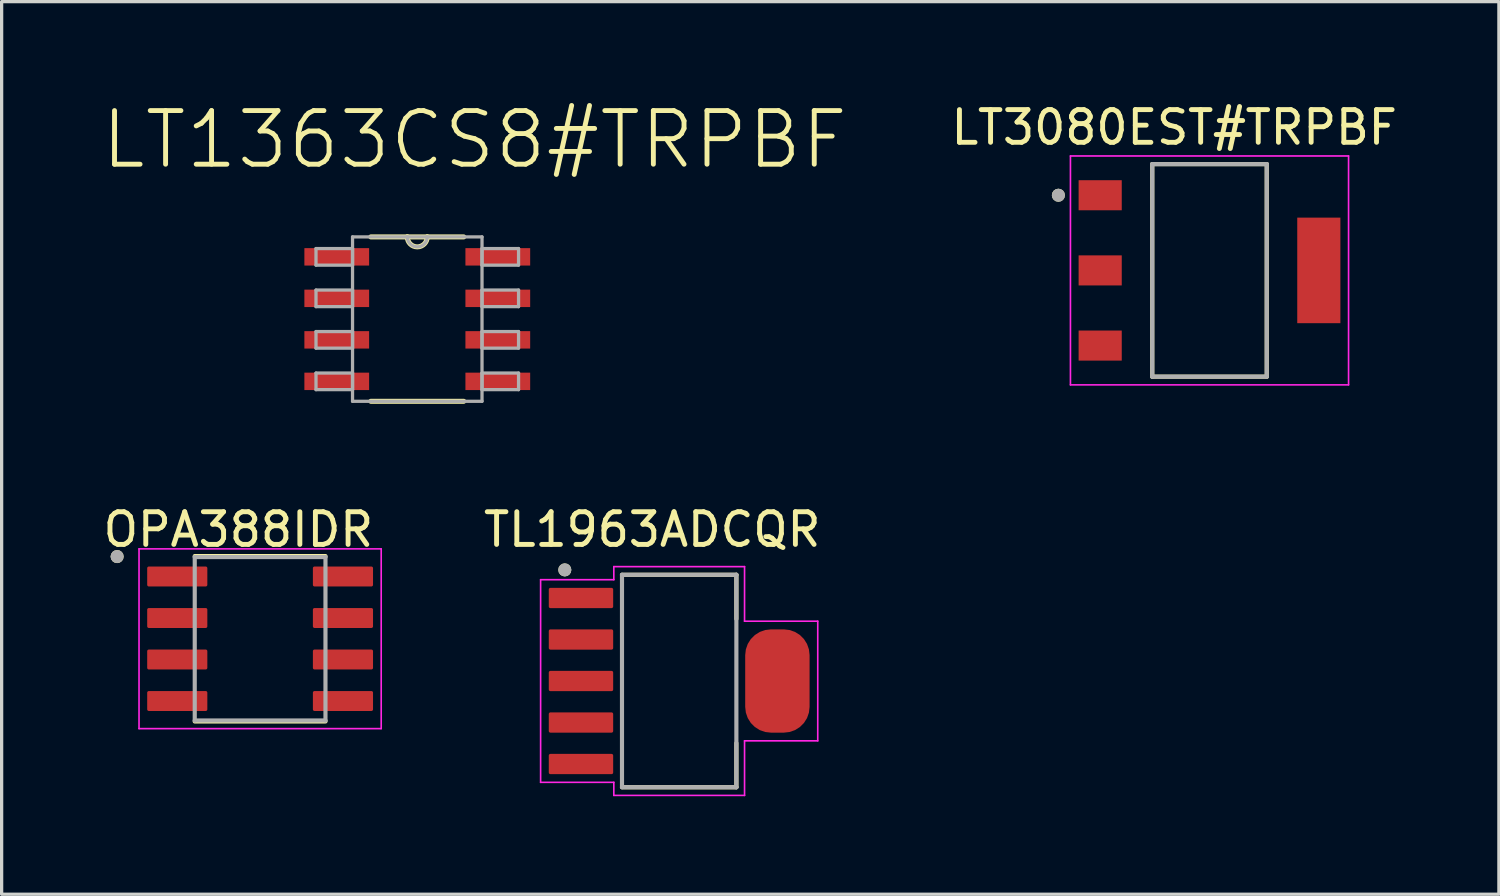
<source format=kicad_pcb>
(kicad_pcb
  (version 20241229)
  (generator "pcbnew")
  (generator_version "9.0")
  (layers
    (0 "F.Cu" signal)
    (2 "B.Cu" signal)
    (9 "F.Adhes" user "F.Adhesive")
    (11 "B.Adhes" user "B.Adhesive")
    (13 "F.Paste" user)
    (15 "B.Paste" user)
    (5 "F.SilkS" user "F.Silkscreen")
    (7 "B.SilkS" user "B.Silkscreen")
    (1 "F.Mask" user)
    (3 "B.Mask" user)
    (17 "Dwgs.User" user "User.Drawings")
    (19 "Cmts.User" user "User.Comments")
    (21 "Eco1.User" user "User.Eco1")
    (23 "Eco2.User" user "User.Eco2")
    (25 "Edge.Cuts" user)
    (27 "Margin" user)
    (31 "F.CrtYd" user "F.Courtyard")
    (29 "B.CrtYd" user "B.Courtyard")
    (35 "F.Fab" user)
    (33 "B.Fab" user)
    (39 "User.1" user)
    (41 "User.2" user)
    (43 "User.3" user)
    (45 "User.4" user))
  (footprint "OPA388IDR"
    (layer "F.Cu")
    (at 4.909 16.495)
    (property "Reference" "OPA388IDR" (at -0.665 -3.342 0) (layer "F.SilkS") (effects (font (size 1 1) (thickness 0.15))))
    (attr smd)
    (fp_line (start -2 -2.53) (end 2 -2.53) (stroke (width 0.127) (type solid)) (layer "F.SilkS"))
    (fp_line (start -2 2.53) (end 2 2.53) (stroke (width 0.127) (type solid)) (layer "F.SilkS"))
    (fp_circle (center -4.375 -2.515) (end -4.275 -2.515) (stroke (width 0.2) (type solid)) (fill no) (layer "F.SilkS"))
    (fp_line (start -3.705 -2.75) (end -3.705 2.75) (stroke (width 0.05) (type solid)) (layer "F.CrtYd"))
    (fp_line (start -3.705 -2.75) (end 3.705 -2.75) (stroke (width 0.05) (type solid)) (layer "F.CrtYd"))
    (fp_line (start -3.705 2.75) (end 3.705 2.75) (stroke (width 0.05) (type solid)) (layer "F.CrtYd"))
    (fp_line (start 3.705 -2.75) (end 3.705 2.75) (stroke (width 0.05) (type solid)) (layer "F.CrtYd"))
    (fp_line (start -2 -2.5) (end -2 2.5) (stroke (width 0.127) (type solid)) (layer "F.Fab"))
    (fp_line (start -2 -2.5) (end 2 -2.5) (stroke (width 0.127) (type solid)) (layer "F.Fab"))
    (fp_line (start -2 2.5) (end 2 2.5) (stroke (width 0.127) (type solid)) (layer "F.Fab"))
    (fp_line (start 2 -2.5) (end 2 2.5) (stroke (width 0.127) (type solid)) (layer "F.Fab"))
    (fp_circle (center -4.375 -2.515) (end -4.275 -2.515) (stroke (width 0.2) (type solid)) (fill no) (layer "F.Fab"))
    (pad "1" smd roundrect (at -2.535 -1.905) (size 1.84 0.61) (layers "F.Cu" "F.Mask" "F.Paste") (roundrect_rratio 0.08))
    (pad "2" smd roundrect (at -2.535 -0.635) (size 1.84 0.61) (layers "F.Cu" "F.Mask" "F.Paste") (roundrect_rratio 0.08))
    (pad "3" smd roundrect (at -2.535 0.635) (size 1.84 0.61) (layers "F.Cu" "F.Mask" "F.Paste") (roundrect_rratio 0.08))
    (pad "4" smd roundrect (at -2.535 1.905) (size 1.84 0.61) (layers "F.Cu" "F.Mask" "F.Paste") (roundrect_rratio 0.08))
    (pad "5" smd roundrect (at 2.535 1.905) (size 1.84 0.61) (layers "F.Cu" "F.Mask" "F.Paste") (roundrect_rratio 0.08))
    (pad "6" smd roundrect (at 2.535 0.635) (size 1.84 0.61) (layers "F.Cu" "F.Mask" "F.Paste") (roundrect_rratio 0.08))
    (pad "7" smd roundrect (at 2.535 -0.635) (size 1.84 0.61) (layers "F.Cu" "F.Mask" "F.Paste") (roundrect_rratio 0.08))
    (pad "8" smd roundrect (at 2.535 -1.905) (size 1.84 0.61) (layers "F.Cu" "F.Mask" "F.Paste") (roundrect_rratio 0.08)))
  (footprint "LT1363CS8#TRPBF"
    (layer "F.Cu")
    (at 9.718 6.714)
    (property "Reference" "LT1363CS8#TRPBF" (at 1.754 -5.491 0) (layer "F.SilkS") (effects (font (size 1.641 1.641) (thickness 0.15))))
    (attr smd)
    (fp_line (start -1.422 2.515) (end 1.422 2.515) (stroke (width 0.152) (type solid)) (layer "F.SilkS"))
    (fp_line (start -0.305 -2.515) (end -1.422 -2.515) (stroke (width 0.152) (type solid)) (layer "F.SilkS"))
    (fp_line (start 0.305 -2.515) (end -0.305 -2.515) (stroke (width 0.152) (type solid)) (layer "F.SilkS"))
    (fp_line (start 1.422 -2.515) (end 0.305 -2.515) (stroke (width 0.152) (type solid)) (layer "F.SilkS"))
    (fp_arc (start 0.3048 -2.5146) (mid 0 -2.2098) (end -0.3048 -2.5146) (stroke (width 0.1524) (type solid)) (layer "F.SilkS"))
    (fp_line (start -3.099 -2.159) (end -3.099 -1.651) (stroke (width 0.1) (type solid)) (layer "F.Fab"))
    (fp_line (start -3.099 -1.651) (end -1.981 -1.651) (stroke (width 0.1) (type solid)) (layer "F.Fab"))
    (fp_line (start -3.099 -0.889) (end -3.099 -0.381) (stroke (width 0.1) (type solid)) (layer "F.Fab"))
    (fp_line (start -3.099 -0.381) (end -1.981 -0.381) (stroke (width 0.1) (type solid)) (layer "F.Fab"))
    (fp_line (start -3.099 0.381) (end -3.099 0.889) (stroke (width 0.1) (type solid)) (layer "F.Fab"))
    (fp_line (start -3.099 0.889) (end -1.981 0.889) (stroke (width 0.1) (type solid)) (layer "F.Fab"))
    (fp_line (start -3.099 1.651) (end -3.099 2.159) (stroke (width 0.1) (type solid)) (layer "F.Fab"))
    (fp_line (start -3.099 2.159) (end -1.981 2.159) (stroke (width 0.1) (type solid)) (layer "F.Fab"))
    (fp_line (start -1.981 -2.515) (end -1.981 2.515) (stroke (width 0.1) (type solid)) (layer "F.Fab"))
    (fp_line (start -1.981 -2.159) (end -3.099 -2.159) (stroke (width 0.1) (type solid)) (layer "F.Fab"))
    (fp_line (start -1.981 -1.651) (end -1.981 -2.159) (stroke (width 0.1) (type solid)) (layer "F.Fab"))
    (fp_line (start -1.981 -0.889) (end -3.099 -0.889) (stroke (width 0.1) (type solid)) (layer "F.Fab"))
    (fp_line (start -1.981 -0.381) (end -1.981 -0.889) (stroke (width 0.1) (type solid)) (layer "F.Fab"))
    (fp_line (start -1.981 0.381) (end -3.099 0.381) (stroke (width 0.1) (type solid)) (layer "F.Fab"))
    (fp_line (start -1.981 0.889) (end -1.981 0.381) (stroke (width 0.1) (type solid)) (layer "F.Fab"))
    (fp_line (start -1.981 1.651) (end -3.099 1.651) (stroke (width 0.1) (type solid)) (layer "F.Fab"))
    (fp_line (start -1.981 2.159) (end -1.981 1.651) (stroke (width 0.1) (type solid)) (layer "F.Fab"))
    (fp_line (start -1.981 2.515) (end 1.981 2.515) (stroke (width 0.1) (type solid)) (layer "F.Fab"))
    (fp_line (start -0.305 -2.515) (end -1.981 -2.515) (stroke (width 0.1) (type solid)) (layer "F.Fab"))
    (fp_line (start 0.305 -2.515) (end -0.305 -2.515) (stroke (width 0.1) (type solid)) (layer "F.Fab"))
    (fp_line (start 1.981 -2.515) (end 0.305 -2.515) (stroke (width 0.1) (type solid)) (layer "F.Fab"))
    (fp_line (start 1.981 -2.159) (end 1.981 -1.651) (stroke (width 0.1) (type solid)) (layer "F.Fab"))
    (fp_line (start 1.981 -1.651) (end 3.099 -1.651) (stroke (width 0.1) (type solid)) (layer "F.Fab"))
    (fp_line (start 1.981 -0.889) (end 1.981 -0.381) (stroke (width 0.1) (type solid)) (layer "F.Fab"))
    (fp_line (start 1.981 -0.381) (end 3.099 -0.381) (stroke (width 0.1) (type solid)) (layer "F.Fab"))
    (fp_line (start 1.981 0.381) (end 1.981 0.889) (stroke (width 0.1) (type solid)) (layer "F.Fab"))
    (fp_line (start 1.981 0.889) (end 3.099 0.889) (stroke (width 0.1) (type solid)) (layer "F.Fab"))
    (fp_line (start 1.981 1.651) (end 1.981 2.159) (stroke (width 0.1) (type solid)) (layer "F.Fab"))
    (fp_line (start 1.981 2.159) (end 3.099 2.159) (stroke (width 0.1) (type solid)) (layer "F.Fab"))
    (fp_line (start 1.981 2.515) (end 1.981 -2.515) (stroke (width 0.1) (type solid)) (layer "F.Fab"))
    (fp_line (start 3.099 -2.159) (end 1.981 -2.159) (stroke (width 0.1) (type solid)) (layer "F.Fab"))
    (fp_line (start 3.099 -1.651) (end 3.099 -2.159) (stroke (width 0.1) (type solid)) (layer "F.Fab"))
    (fp_line (start 3.099 -0.889) (end 1.981 -0.889) (stroke (width 0.1) (type solid)) (layer "F.Fab"))
    (fp_line (start 3.099 -0.381) (end 3.099 -0.889) (stroke (width 0.1) (type solid)) (layer "F.Fab"))
    (fp_line (start 3.099 0.381) (end 1.981 0.381) (stroke (width 0.1) (type solid)) (layer "F.Fab"))
    (fp_line (start 3.099 0.889) (end 3.099 0.381) (stroke (width 0.1) (type solid)) (layer "F.Fab"))
    (fp_line (start 3.099 1.651) (end 1.981 1.651) (stroke (width 0.1) (type solid)) (layer "F.Fab"))
    (fp_line (start 3.099 2.159) (end 3.099 1.651) (stroke (width 0.1) (type solid)) (layer "F.Fab"))
    (fp_arc (start 0.3048 -2.5146) (mid 0 -2.2098) (end -0.3048 -2.5146) (stroke (width 0.1) (type solid)) (layer "F.Fab"))
    (pad "1" smd rect (at -2.464 -1.905) (size 1.981 0.533) (layers "F.Cu" "F.Mask" "F.Paste"))
    (pad "2" smd rect (at -2.464 -0.635) (size 1.981 0.533) (layers "F.Cu" "F.Mask" "F.Paste"))
    (pad "3" smd rect (at -2.464 0.635) (size 1.981 0.533) (layers "F.Cu" "F.Mask" "F.Paste"))
    (pad "4" smd rect (at -2.464 1.905) (size 1.981 0.533) (layers "F.Cu" "F.Mask" "F.Paste"))
    (pad "5" smd rect (at 2.464 1.905) (size 1.981 0.533) (layers "F.Cu" "F.Mask" "F.Paste"))
    (pad "6" smd rect (at 2.464 0.635) (size 1.981 0.533) (layers "F.Cu" "F.Mask" "F.Paste"))
    (pad "7" smd rect (at 2.464 -0.635) (size 1.981 0.533) (layers "F.Cu" "F.Mask" "F.Paste"))
    (pad "8" smd rect (at 2.464 -1.905) (size 1.981 0.533) (layers "F.Cu" "F.Mask" "F.Paste")))
  (footprint "TL1963ADCQR"
    (layer "F.Cu")
    (at 17.732 17.788)
    (property "Reference" "TL1963ADCQR" (at -0.825 -4.635 0) (layer "F.SilkS") (effects (font (size 1 1) (thickness 0.15))))
    (attr smd)
    (fp_line (start -1.75 -3.25) (end 1.75 -3.25) (stroke (width 0.127) (type solid)) (layer "F.SilkS"))
    (fp_line (start 1.75 -3.25) (end 1.75 -1.9) (stroke (width 0.127) (type solid)) (layer "F.SilkS"))
    (fp_line (start 1.75 1.9) (end 1.75 3.25) (stroke (width 0.127) (type solid)) (layer "F.SilkS"))
    (fp_line (start 1.75 3.25) (end -1.75 3.25) (stroke (width 0.127) (type solid)) (layer "F.SilkS"))
    (fp_circle (center -3.5 -3.4) (end -3.4 -3.4) (stroke (width 0.2) (type solid)) (fill no) (layer "F.SilkS"))
    (fp_line (start -4.24 -3.1) (end -2 -3.1) (stroke (width 0.05) (type solid)) (layer "F.CrtYd"))
    (fp_line (start -4.24 3.1) (end -4.24 -3.1) (stroke (width 0.05) (type solid)) (layer "F.CrtYd"))
    (fp_line (start -2 -3.5) (end 2 -3.5) (stroke (width 0.05) (type solid)) (layer "F.CrtYd"))
    (fp_line (start -2 -3.1) (end -2 -3.5) (stroke (width 0.05) (type solid)) (layer "F.CrtYd"))
    (fp_line (start -2 3.1) (end -4.24 3.1) (stroke (width 0.05) (type solid)) (layer "F.CrtYd"))
    (fp_line (start -2 3.5) (end -2 3.1) (stroke (width 0.05) (type solid)) (layer "F.CrtYd"))
    (fp_line (start 2 -3.5) (end 2 -1.83) (stroke (width 0.05) (type solid)) (layer "F.CrtYd"))
    (fp_line (start 2 -1.83) (end 4.24 -1.83) (stroke (width 0.05) (type solid)) (layer "F.CrtYd"))
    (fp_line (start 2 1.83) (end 2 3.5) (stroke (width 0.05) (type solid)) (layer "F.CrtYd"))
    (fp_line (start 2 3.5) (end -2 3.5) (stroke (width 0.05) (type solid)) (layer "F.CrtYd"))
    (fp_line (start 4.24 -1.83) (end 4.24 1.83) (stroke (width 0.05) (type solid)) (layer "F.CrtYd"))
    (fp_line (start 4.24 1.83) (end 2 1.83) (stroke (width 0.05) (type solid)) (layer "F.CrtYd"))
    (fp_line (start -1.75 -3.25) (end -1.75 3.25) (stroke (width 0.127) (type solid)) (layer "F.Fab"))
    (fp_line (start -1.75 3.25) (end 1.75 3.25) (stroke (width 0.127) (type solid)) (layer "F.Fab"))
    (fp_line (start 1.75 -3.25) (end -1.75 -3.25) (stroke (width 0.127) (type solid)) (layer "F.Fab"))
    (fp_line (start 1.75 3.25) (end 1.75 -3.25) (stroke (width 0.127) (type solid)) (layer "F.Fab"))
    (fp_circle (center -3.5 -3.4) (end -3.4 -3.4) (stroke (width 0.2) (type solid)) (fill no) (layer "F.Fab"))
    (pad "1" smd roundrect (at -3.005 -2.54) (size 1.97 0.62) (layers "F.Cu" "F.Mask" "F.Paste") (roundrect_rratio 0.08))
    (pad "2" smd roundrect (at -3.005 -1.27) (size 1.97 0.62) (layers "F.Cu" "F.Mask" "F.Paste") (roundrect_rratio 0.08))
    (pad "3" smd roundrect (at -3.005 0) (size 1.97 0.62) (layers "F.Cu" "F.Mask" "F.Paste") (roundrect_rratio 0.08))
    (pad "4" smd roundrect (at -3.005 1.27) (size 1.97 0.62) (layers "F.Cu" "F.Mask" "F.Paste") (roundrect_rratio 0.08))
    (pad "5" smd roundrect (at -3.005 2.54) (size 1.97 0.62) (layers "F.Cu" "F.Mask" "F.Paste") (roundrect_rratio 0.08))
    (pad "6" smd roundrect (at 3.005 0) (size 1.97 3.16) (layers "F.Cu" "F.Mask" "F.Paste") (roundrect_rratio 0.4)))
  (footprint "LT3080EST#TRPBF"
    (layer "F.Cu")
    (at 33.959 5.224)
    (property "Reference" "LT3080EST#TRPBF" (at -1.08 -4.375 0) (layer "F.SilkS") (effects (font (size 1 1) (thickness 0.15))))
    (attr smd)
    (fp_line (start -1.752 -3.252) (end -1.752 3.252) (stroke (width 0.127) (type solid)) (layer "F.SilkS"))
    (fp_line (start -1.752 3.252) (end 1.752 3.252) (stroke (width 0.127) (type solid)) (layer "F.SilkS"))
    (fp_line (start 1.752 -3.252) (end -1.752 -3.252) (stroke (width 0.127) (type solid)) (layer "F.SilkS"))
    (fp_line (start 1.752 3.252) (end 1.752 -3.252) (stroke (width 0.127) (type solid)) (layer "F.SilkS"))
    (fp_circle (center -4.624 -2.3) (end -4.524 -2.3) (stroke (width 0.2) (type solid)) (fill no) (layer "F.SilkS"))
    (fp_line (start -4.255 -3.502) (end -4.255 3.502) (stroke (width 0.05) (type solid)) (layer "F.CrtYd"))
    (fp_line (start -4.255 3.502) (end 4.255 3.502) (stroke (width 0.05) (type solid)) (layer "F.CrtYd"))
    (fp_line (start 4.255 -3.502) (end -4.255 -3.502) (stroke (width 0.05) (type solid)) (layer "F.CrtYd"))
    (fp_line (start 4.255 3.502) (end 4.255 -3.502) (stroke (width 0.05) (type solid)) (layer "F.CrtYd"))
    (fp_line (start -1.752 -3.252) (end -1.752 3.252) (stroke (width 0.127) (type solid)) (layer "F.Fab"))
    (fp_line (start -1.752 3.252) (end 1.752 3.252) (stroke (width 0.127) (type solid)) (layer "F.Fab"))
    (fp_line (start 1.752 -3.252) (end -1.752 -3.252) (stroke (width 0.127) (type solid)) (layer "F.Fab"))
    (fp_line (start 1.752 3.252) (end 1.752 -3.252) (stroke (width 0.127) (type solid)) (layer "F.Fab"))
    (fp_circle (center -4.624 -2.3) (end -4.524 -2.3) (stroke (width 0.2) (type solid)) (fill no) (layer "F.Fab"))
    (pad "1" smd rect (at -3.345 -2.3 270) (size 0.92 1.32) (layers "F.Cu" "F.Mask" "F.Paste"))
    (pad "2" smd rect (at -3.345 0 270) (size 0.92 1.32) (layers "F.Cu" "F.Mask" "F.Paste"))
    (pad "3" smd rect (at -3.345 2.3 270) (size 0.92 1.32) (layers "F.Cu" "F.Mask" "F.Paste"))
    (pad "4" smd rect (at 3.345 0 270) (size 3.23 1.32) (layers "F.Cu" "F.Mask" "F.Paste")))
  (gr_rect
    (start -3 -3)
    (end 42.814 24.313)
    (stroke (width 0.1) (type default))
    (fill no)
    (layer "Edge.Cuts")))
</source>
